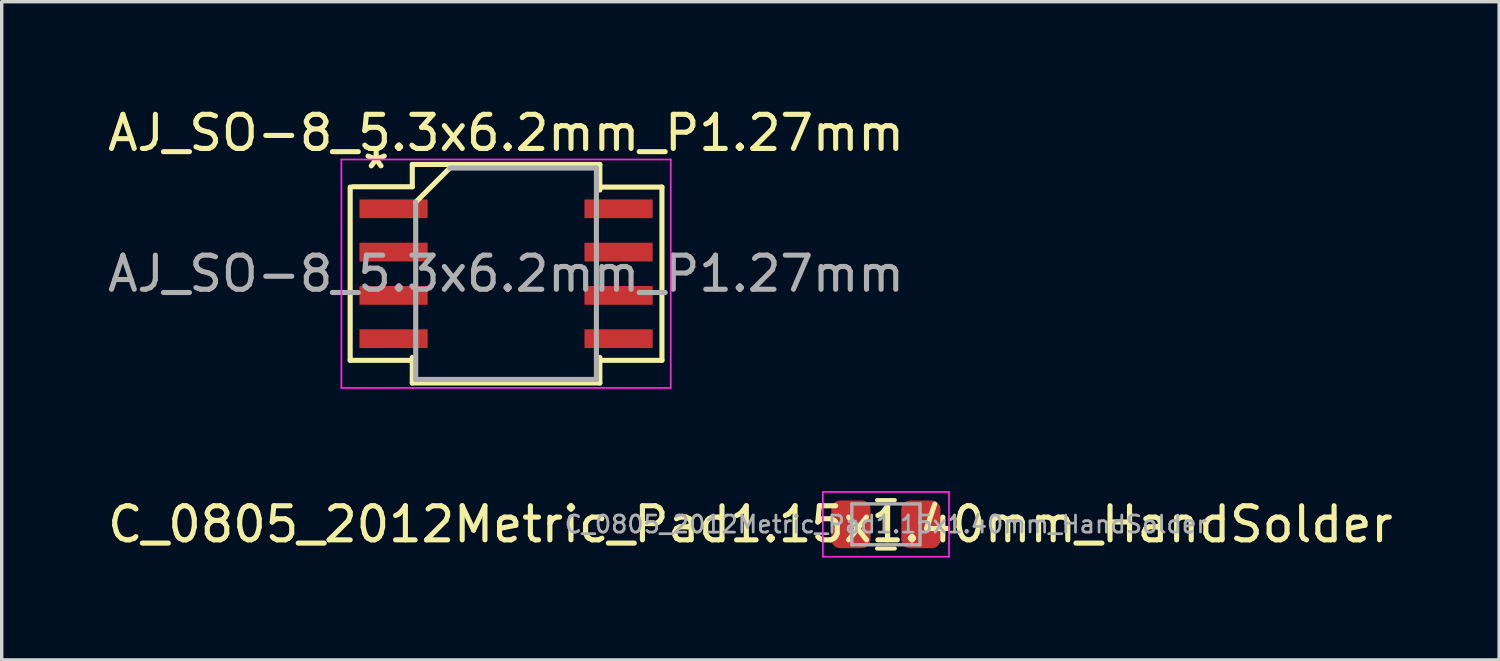
<source format=kicad_pcb>
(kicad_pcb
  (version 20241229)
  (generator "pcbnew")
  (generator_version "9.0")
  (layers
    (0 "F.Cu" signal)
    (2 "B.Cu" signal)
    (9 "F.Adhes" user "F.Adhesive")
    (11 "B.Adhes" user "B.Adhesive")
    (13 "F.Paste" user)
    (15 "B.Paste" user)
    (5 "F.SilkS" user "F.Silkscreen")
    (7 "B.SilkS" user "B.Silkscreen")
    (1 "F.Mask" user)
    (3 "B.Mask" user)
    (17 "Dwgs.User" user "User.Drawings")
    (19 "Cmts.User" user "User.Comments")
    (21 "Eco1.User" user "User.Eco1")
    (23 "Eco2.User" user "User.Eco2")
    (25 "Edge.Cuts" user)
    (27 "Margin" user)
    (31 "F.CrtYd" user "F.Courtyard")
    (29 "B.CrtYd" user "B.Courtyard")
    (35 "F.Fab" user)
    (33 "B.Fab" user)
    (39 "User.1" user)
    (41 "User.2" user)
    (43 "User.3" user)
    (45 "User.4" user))
  (footprint "C_0805_2012Metric_Pad1.15x1.40mm_HandSolder"
    (layer "F.Cu")
    (at 22.933 12.328)
    (property "Reference" "C_0805_2012Metric_Pad1.15x1.40mm_HandSolder" (at -3.975 0 0) (layer "F.SilkS") (effects (font (size 1 1) (thickness 0.15))))
    (attr smd)
    (fp_line (start -0.261 -0.71) (end 0.261 -0.71) (stroke (width 0.12) (type solid)) (layer "F.SilkS"))
    (fp_line (start -0.261 0.71) (end 0.261 0.71) (stroke (width 0.12) (type solid)) (layer "F.SilkS"))
    (fp_line (start -1.85 -0.95) (end 1.85 -0.95) (stroke (width 0.05) (type solid)) (layer "F.CrtYd"))
    (fp_line (start -1.85 0.95) (end -1.85 -0.95) (stroke (width 0.05) (type solid)) (layer "F.CrtYd"))
    (fp_line (start 1.85 -0.95) (end 1.85 0.95) (stroke (width 0.05) (type solid)) (layer "F.CrtYd"))
    (fp_line (start 1.85 0.95) (end -1.85 0.95) (stroke (width 0.05) (type solid)) (layer "F.CrtYd"))
    (fp_line (start -1 -0.6) (end 1 -0.6) (stroke (width 0.1) (type solid)) (layer "F.Fab"))
    (fp_line (start -1 0.6) (end -1 -0.6) (stroke (width 0.1) (type solid)) (layer "F.Fab"))
    (fp_line (start 1 -0.6) (end 1 0.6) (stroke (width 0.1) (type solid)) (layer "F.Fab"))
    (fp_line (start 1 0.6) (end -1 0.6) (stroke (width 0.1) (type solid)) (layer "F.Fab"))
    (fp_text user "${REFERENCE}" (at 0 0 0) (layer "F.Fab") (effects (font (size 0.5 0.5) (thickness 0.08))))
    (pad "1" smd roundrect (at -1.025 0) (size 1.15 1.4) (layers "F.Cu" "F.Mask" "F.Paste") (roundrect_rratio 0.217))
    (pad "2" smd roundrect (at 1.025 0) (size 1.15 1.4) (layers "F.Cu" "F.Mask" "F.Paste") (roundrect_rratio 0.217)))
  (footprint "AJ_SO-8_5.3x6.2mm_P1.27mm"
    (layer "F.Cu")
    (at 11.792 4.978)
    (property "Reference" "AJ_SO-8_5.3x6.2mm_P1.27mm" (at 0 -4.13 0) (layer "F.SilkS") (effects (font (size 1 1) (thickness 0.15))))
    (attr smd)
    (fp_line (start -4.572 2.54) (end -4.572 -2.54) (stroke (width 0.15) (type solid)) (layer "F.SilkS"))
    (fp_line (start -2.794 2.54) (end -4.572 2.54) (stroke (width 0.15) (type solid)) (layer "F.SilkS"))
    (fp_line (start -2.75 -3.205) (end -2.75 -2.55) (stroke (width 0.15) (type solid)) (layer "F.SilkS"))
    (fp_line (start -2.75 -3.205) (end 2.75 -3.205) (stroke (width 0.15) (type solid)) (layer "F.SilkS"))
    (fp_line (start -2.75 -2.55) (end -4.5 -2.55) (stroke (width 0.15) (type solid)) (layer "F.SilkS"))
    (fp_line (start -2.75 3.205) (end -2.75 2.455) (stroke (width 0.15) (type solid)) (layer "F.SilkS"))
    (fp_line (start -2.75 3.205) (end 2.75 3.205) (stroke (width 0.15) (type solid)) (layer "F.SilkS"))
    (fp_line (start -2.65 -2.1) (end -1.65 -3.1) (stroke (width 0.15) (type solid)) (layer "F.SilkS"))
    (fp_line (start 2.75 -3.205) (end 2.75 -2.455) (stroke (width 0.15) (type solid)) (layer "F.SilkS"))
    (fp_line (start 2.75 3.205) (end 2.75 2.455) (stroke (width 0.15) (type solid)) (layer "F.SilkS"))
    (fp_line (start 2.794 -2.54) (end 4.572 -2.54) (stroke (width 0.15) (type solid)) (layer "F.SilkS"))
    (fp_line (start 4.572 -2.54) (end 4.572 2.54) (stroke (width 0.15) (type solid)) (layer "F.SilkS"))
    (fp_line (start 4.572 2.54) (end 2.794 2.54) (stroke (width 0.15) (type solid)) (layer "F.SilkS"))
    (fp_line (start -4.83 -3.35) (end -4.83 3.35) (stroke (width 0.05) (type solid)) (layer "F.CrtYd"))
    (fp_line (start -4.83 -3.35) (end 4.83 -3.35) (stroke (width 0.05) (type solid)) (layer "F.CrtYd"))
    (fp_line (start -4.83 3.35) (end 4.83 3.35) (stroke (width 0.05) (type solid)) (layer "F.CrtYd"))
    (fp_line (start 4.83 -3.35) (end 4.83 3.35) (stroke (width 0.05) (type solid)) (layer "F.CrtYd"))
    (fp_line (start -2.65 3.1) (end -2.65 -2.1) (stroke (width 0.15) (type solid)) (layer "F.Fab"))
    (fp_line (start -1.65 -3.1) (end 2.65 -3.1) (stroke (width 0.15) (type solid)) (layer "F.Fab"))
    (fp_line (start 2.65 -3.1) (end 2.65 3.1) (stroke (width 0.15) (type solid)) (layer "F.Fab"))
    (fp_line (start 2.65 3.1) (end -2.65 3.1) (stroke (width 0.15) (type solid)) (layer "F.Fab"))
    (fp_text user "*" (at -3.81 -3.048 0) (layer "F.SilkS") (effects (font (size 1 1) (thickness 0.15))))
    (fp_text user "${REFERENCE}" (at 0 0 0) (layer "F.Fab") (effects (font (size 1 1) (thickness 0.15))))
    (pad "1" smd rect (at -3.3 -1.905) (size 2 0.55) (layers "F.Cu" "F.Mask" "F.Paste"))
    (pad "2" smd rect (at -3.3 -0.635) (size 2 0.55) (layers "F.Cu" "F.Mask" "F.Paste"))
    (pad "3" smd rect (at -3.3 0.635) (size 2 0.55) (layers "F.Cu" "F.Mask" "F.Paste"))
    (pad "4" smd rect (at -3.3 1.905) (size 2 0.55) (layers "F.Cu" "F.Mask" "F.Paste"))
    (pad "5" smd rect (at 3.3 1.905) (size 2 0.55) (layers "F.Cu" "F.Mask" "F.Paste"))
    (pad "6" smd rect (at 3.3 0.635) (size 2 0.55) (layers "F.Cu" "F.Mask" "F.Paste"))
    (pad "7" smd rect (at 3.3 -0.635) (size 2 0.55) (layers "F.Cu" "F.Mask" "F.Paste"))
    (pad "8" smd rect (at 3.3 -1.905) (size 2 0.55) (layers "F.Cu" "F.Mask" "F.Paste")))
  (gr_rect
    (start -3 -3)
    (end 40.917 16.303)
    (stroke (width 0.1) (type default))
    (fill no)
    (layer "Edge.Cuts")))
</source>
